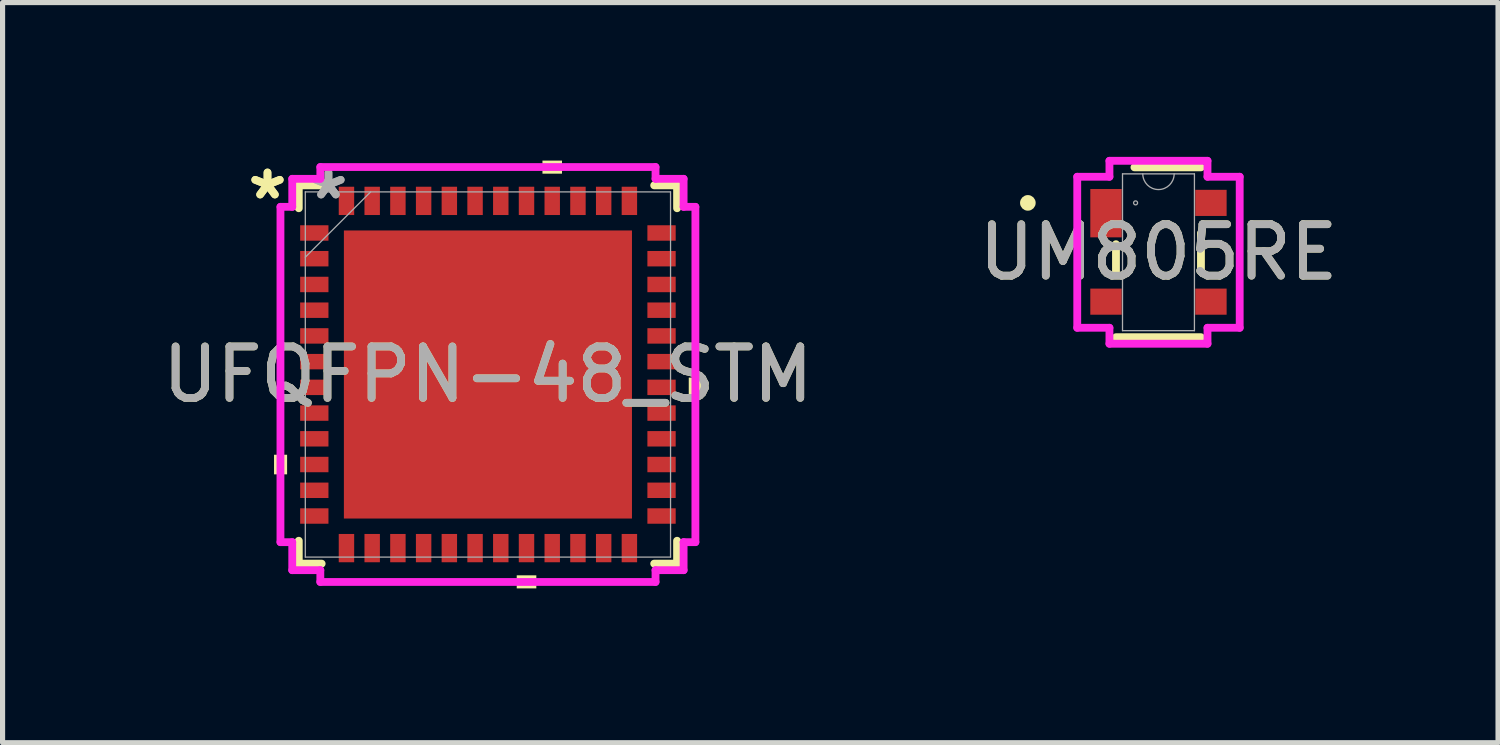
<source format=kicad_pcb>
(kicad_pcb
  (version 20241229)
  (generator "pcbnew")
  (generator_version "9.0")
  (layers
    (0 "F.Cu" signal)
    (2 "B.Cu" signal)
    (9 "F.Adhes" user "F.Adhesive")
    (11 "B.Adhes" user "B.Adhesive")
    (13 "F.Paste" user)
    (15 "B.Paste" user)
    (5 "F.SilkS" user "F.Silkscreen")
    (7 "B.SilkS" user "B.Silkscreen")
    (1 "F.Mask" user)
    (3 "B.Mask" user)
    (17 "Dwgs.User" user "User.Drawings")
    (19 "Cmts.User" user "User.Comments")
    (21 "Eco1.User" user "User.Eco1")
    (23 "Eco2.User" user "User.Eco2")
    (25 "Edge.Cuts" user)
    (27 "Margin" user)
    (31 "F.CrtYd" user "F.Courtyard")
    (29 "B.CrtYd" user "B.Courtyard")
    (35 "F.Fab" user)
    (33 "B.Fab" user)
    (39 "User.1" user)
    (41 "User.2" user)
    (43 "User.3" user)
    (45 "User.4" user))
  (footprint "UFQFPN-48_STM"
    (layer "F.Cu")
    (at 6.435 4.23)
    (property "Reference" "UFQFPN-48_STM" (at 0 0 0) (unlocked yes) (layer "F.SilkS") (effects (font (size 1 1) (thickness 0.15))))
    (attr smd)
    (fp_line (start -3.677 -3.677) (end -3.677 -3.232) (stroke (width 0.152) (type solid)) (layer "F.SilkS"))
    (fp_line (start -3.677 3.232) (end -3.677 3.677) (stroke (width 0.152) (type solid)) (layer "F.SilkS"))
    (fp_line (start -3.677 3.677) (end -3.232 3.677) (stroke (width 0.152) (type solid)) (layer "F.SilkS"))
    (fp_line (start -3.232 -3.677) (end -3.677 -3.677) (stroke (width 0.152) (type solid)) (layer "F.SilkS"))
    (fp_line (start 3.232 3.677) (end 3.677 3.677) (stroke (width 0.152) (type solid)) (layer "F.SilkS"))
    (fp_line (start 3.677 -3.677) (end 3.232 -3.677) (stroke (width 0.152) (type solid)) (layer "F.SilkS"))
    (fp_line (start 3.677 -3.232) (end 3.677 -3.677) (stroke (width 0.152) (type solid)) (layer "F.SilkS"))
    (fp_line (start 3.677 3.677) (end 3.677 3.232) (stroke (width 0.152) (type solid)) (layer "F.SilkS"))
    (fp_poly (pts (xy -4.158 1.56) (xy -4.158 1.941) (xy -3.904 1.941) (xy -3.904 1.56)) (stroke (width 0) (type solid)) (fill yes) (layer "F.SilkS"))
    (fp_poly (pts (xy 0.56 3.904) (xy 0.56 4.158) (xy 0.941 4.158) (xy 0.941 3.904)) (stroke (width 0) (type solid)) (fill yes) (layer "F.SilkS"))
    (fp_poly (pts (xy 1.06 -3.904) (xy 1.06 -4.158) (xy 1.44 -4.158) (xy 1.44 -3.904)) (stroke (width 0) (type solid)) (fill yes) (layer "F.SilkS"))
    (fp_poly (pts (xy 4.158 0.06) (xy 4.158 0.441) (xy 3.904 0.441) (xy 3.904 0.06)) (stroke (width 0) (type solid)) (fill yes) (layer "F.SilkS"))
    (fp_poly (pts (xy -2.7 -2.7) (xy -2.7 -1.5) (xy -1.5 -1.5) (xy -1.5 -2.7)) (stroke (width 0) (type solid)) (fill yes) (layer "F.Paste"))
    (fp_poly (pts (xy -2.7 -1.3) (xy -2.7 -0.1) (xy -1.5 -0.1) (xy -1.5 -1.3)) (stroke (width 0) (type solid)) (fill yes) (layer "F.Paste"))
    (fp_poly (pts (xy -2.7 0.1) (xy -2.7 1.3) (xy -1.5 1.3) (xy -1.5 0.1)) (stroke (width 0) (type solid)) (fill yes) (layer "F.Paste"))
    (fp_poly (pts (xy -2.7 1.5) (xy -2.7 2.7) (xy -1.5 2.7) (xy -1.5 1.5)) (stroke (width 0) (type solid)) (fill yes) (layer "F.Paste"))
    (fp_poly (pts (xy -1.3 -2.7) (xy -1.3 -1.5) (xy -0.1 -1.5) (xy -0.1 -2.7)) (stroke (width 0) (type solid)) (fill yes) (layer "F.Paste"))
    (fp_poly (pts (xy -1.3 -1.3) (xy -1.3 -0.1) (xy -0.1 -0.1) (xy -0.1 -1.3)) (stroke (width 0) (type solid)) (fill yes) (layer "F.Paste"))
    (fp_poly (pts (xy -1.3 0.1) (xy -1.3 1.3) (xy -0.1 1.3) (xy -0.1 0.1)) (stroke (width 0) (type solid)) (fill yes) (layer "F.Paste"))
    (fp_poly (pts (xy -1.3 1.5) (xy -1.3 2.7) (xy -0.1 2.7) (xy -0.1 1.5)) (stroke (width 0) (type solid)) (fill yes) (layer "F.Paste"))
    (fp_poly (pts (xy 0.1 -2.7) (xy 0.1 -1.5) (xy 1.3 -1.5) (xy 1.3 -2.7)) (stroke (width 0) (type solid)) (fill yes) (layer "F.Paste"))
    (fp_poly (pts (xy 0.1 -1.3) (xy 0.1 -0.1) (xy 1.3 -0.1) (xy 1.3 -1.3)) (stroke (width 0) (type solid)) (fill yes) (layer "F.Paste"))
    (fp_poly (pts (xy 0.1 0.1) (xy 0.1 1.3) (xy 1.3 1.3) (xy 1.3 0.1)) (stroke (width 0) (type solid)) (fill yes) (layer "F.Paste"))
    (fp_poly (pts (xy 0.1 1.5) (xy 0.1 2.7) (xy 1.3 2.7) (xy 1.3 1.5)) (stroke (width 0) (type solid)) (fill yes) (layer "F.Paste"))
    (fp_poly (pts (xy 1.5 -2.7) (xy 1.5 -1.5) (xy 2.7 -1.5) (xy 2.7 -2.7)) (stroke (width 0) (type solid)) (fill yes) (layer "F.Paste"))
    (fp_poly (pts (xy 1.5 -1.3) (xy 1.5 -0.1) (xy 2.7 -0.1) (xy 2.7 -1.3)) (stroke (width 0) (type solid)) (fill yes) (layer "F.Paste"))
    (fp_poly (pts (xy 1.5 0.1) (xy 1.5 1.3) (xy 2.7 1.3) (xy 2.7 0.1)) (stroke (width 0) (type solid)) (fill yes) (layer "F.Paste"))
    (fp_poly (pts (xy 1.5 1.5) (xy 1.5 2.7) (xy 2.7 2.7) (xy 2.7 1.5)) (stroke (width 0) (type solid)) (fill yes) (layer "F.Paste"))
    (fp_line (start -4.033 -3.259) (end -3.804 -3.259) (stroke (width 0.152) (type solid)) (layer "F.CrtYd"))
    (fp_line (start -4.033 3.259) (end -4.033 -3.259) (stroke (width 0.152) (type solid)) (layer "F.CrtYd"))
    (fp_line (start -3.804 -3.804) (end -3.258 -3.804) (stroke (width 0.152) (type solid)) (layer "F.CrtYd"))
    (fp_line (start -3.804 -3.259) (end -3.804 -3.804) (stroke (width 0.152) (type solid)) (layer "F.CrtYd"))
    (fp_line (start -3.804 3.259) (end -4.033 3.259) (stroke (width 0.152) (type solid)) (layer "F.CrtYd"))
    (fp_line (start -3.804 3.804) (end -3.804 3.259) (stroke (width 0.152) (type solid)) (layer "F.CrtYd"))
    (fp_line (start -3.258 -4.033) (end 3.258 -4.033) (stroke (width 0.152) (type solid)) (layer "F.CrtYd"))
    (fp_line (start -3.258 -3.804) (end -3.258 -4.033) (stroke (width 0.152) (type solid)) (layer "F.CrtYd"))
    (fp_line (start -3.258 3.804) (end -3.804 3.804) (stroke (width 0.152) (type solid)) (layer "F.CrtYd"))
    (fp_line (start -3.258 4.033) (end -3.258 3.804) (stroke (width 0.152) (type solid)) (layer "F.CrtYd"))
    (fp_line (start 3.258 -4.033) (end 3.258 -3.804) (stroke (width 0.152) (type solid)) (layer "F.CrtYd"))
    (fp_line (start 3.258 -3.804) (end 3.804 -3.804) (stroke (width 0.152) (type solid)) (layer "F.CrtYd"))
    (fp_line (start 3.258 3.804) (end 3.258 4.033) (stroke (width 0.152) (type solid)) (layer "F.CrtYd"))
    (fp_line (start 3.258 4.033) (end -3.258 4.033) (stroke (width 0.152) (type solid)) (layer "F.CrtYd"))
    (fp_line (start 3.804 -3.804) (end 3.804 -3.259) (stroke (width 0.152) (type solid)) (layer "F.CrtYd"))
    (fp_line (start 3.804 -3.259) (end 4.033 -3.259) (stroke (width 0.152) (type solid)) (layer "F.CrtYd"))
    (fp_line (start 3.804 3.259) (end 3.804 3.804) (stroke (width 0.152) (type solid)) (layer "F.CrtYd"))
    (fp_line (start 3.804 3.804) (end 3.258 3.804) (stroke (width 0.152) (type solid)) (layer "F.CrtYd"))
    (fp_line (start 4.033 -3.259) (end 4.033 3.259) (stroke (width 0.152) (type solid)) (layer "F.CrtYd"))
    (fp_line (start 4.033 3.259) (end 3.804 3.259) (stroke (width 0.152) (type solid)) (layer "F.CrtYd"))
    (fp_line (start -3.55 -3.55) (end -3.55 3.55) (stroke (width 0.025) (type solid)) (layer "F.Fab"))
    (fp_line (start -3.55 -2.28) (end -2.28 -3.55) (stroke (width 0.025) (type solid)) (layer "F.Fab"))
    (fp_line (start -3.55 3.55) (end 3.55 3.55) (stroke (width 0.025) (type solid)) (layer "F.Fab"))
    (fp_line (start 3.55 -3.55) (end -3.55 -3.55) (stroke (width 0.025) (type solid)) (layer "F.Fab"))
    (fp_line (start 3.55 3.55) (end 3.55 -3.55) (stroke (width 0.025) (type solid)) (layer "F.Fab"))
    (fp_text user "*" (at -4.285 -3.382 0) (layer "F.SilkS") (effects (font (size 1 1) (thickness 0.15))))
    (fp_text user "*" (at -4.285 -3.382 0) (unlocked yes) (layer "F.SilkS") (effects (font (size 1 1) (thickness 0.15))))
    (fp_text user "*" (at -3.1 -3.382 0) (layer "F.Fab") (effects (font (size 1 1) (thickness 0.15))))
    (fp_text user "${REFERENCE}" (at 0 0 0) (unlocked yes) (layer "F.Fab") (effects (font (size 1 1) (thickness 0.15))))
    (fp_text user "*" (at -3.1 -3.382 0) (unlocked yes) (layer "F.Fab") (effects (font (size 1 1) (thickness 0.15))))
    (pad "1" smd rect (at -3.375 -2.751 90) (size 0.3 0.55) (layers "F.Cu" "F.Mask"))
    (pad "2" smd rect (at -3.375 -2.251 90) (size 0.3 0.55) (layers "F.Cu" "F.Mask"))
    (pad "3" smd rect (at -3.375 -1.75 90) (size 0.3 0.55) (layers "F.Cu" "F.Mask"))
    (pad "4" smd rect (at -3.375 -1.25 90) (size 0.3 0.55) (layers "F.Cu" "F.Mask"))
    (pad "5" smd rect (at -3.375 -0.75 90) (size 0.3 0.55) (layers "F.Cu" "F.Mask"))
    (pad "6" smd rect (at -3.375 -0.25 90) (size 0.3 0.55) (layers "F.Cu" "F.Mask"))
    (pad "7" smd rect (at -3.375 0.25 90) (size 0.3 0.55) (layers "F.Cu" "F.Mask"))
    (pad "8" smd rect (at -3.375 0.75 90) (size 0.3 0.55) (layers "F.Cu" "F.Mask"))
    (pad "9" smd rect (at -3.375 1.25 90) (size 0.3 0.55) (layers "F.Cu" "F.Mask"))
    (pad "10" smd rect (at -3.375 1.75 90) (size 0.3 0.55) (layers "F.Cu" "F.Mask"))
    (pad "11" smd rect (at -3.375 2.251 90) (size 0.3 0.55) (layers "F.Cu" "F.Mask"))
    (pad "12" smd rect (at -3.375 2.751 90) (size 0.3 0.55) (layers "F.Cu" "F.Mask"))
    (pad "13" smd rect (at -2.75 3.375) (size 0.3 0.55) (layers "F.Cu" "F.Mask"))
    (pad "14" smd rect (at -2.25 3.375) (size 0.3 0.55) (layers "F.Cu" "F.Mask"))
    (pad "15" smd rect (at -1.75 3.375) (size 0.3 0.55) (layers "F.Cu" "F.Mask"))
    (pad "16" smd rect (at -1.25 3.375) (size 0.3 0.55) (layers "F.Cu" "F.Mask"))
    (pad "17" smd rect (at -0.75 3.375) (size 0.3 0.55) (layers "F.Cu" "F.Mask"))
    (pad "18" smd rect (at -0.25 3.375) (size 0.3 0.55) (layers "F.Cu" "F.Mask"))
    (pad "19" smd rect (at 0.25 3.375) (size 0.3 0.55) (layers "F.Cu" "F.Mask"))
    (pad "20" smd rect (at 0.75 3.375) (size 0.3 0.55) (layers "F.Cu" "F.Mask"))
    (pad "21" smd rect (at 1.25 3.375) (size 0.3 0.55) (layers "F.Cu" "F.Mask"))
    (pad "22" smd rect (at 1.75 3.375) (size 0.3 0.55) (layers "F.Cu" "F.Mask"))
    (pad "23" smd rect (at 2.25 3.375) (size 0.3 0.55) (layers "F.Cu" "F.Mask"))
    (pad "24" smd rect (at 2.75 3.375) (size 0.3 0.55) (layers "F.Cu" "F.Mask"))
    (pad "25" smd rect (at 3.375 2.751 90) (size 0.3 0.55) (layers "F.Cu" "F.Mask"))
    (pad "26" smd rect (at 3.375 2.251 90) (size 0.3 0.55) (layers "F.Cu" "F.Mask"))
    (pad "27" smd rect (at 3.375 1.75 90) (size 0.3 0.55) (layers "F.Cu" "F.Mask"))
    (pad "28" smd rect (at 3.375 1.25 90) (size 0.3 0.55) (layers "F.Cu" "F.Mask"))
    (pad "29" smd rect (at 3.375 0.75 90) (size 0.3 0.55) (layers "F.Cu" "F.Mask"))
    (pad "30" smd rect (at 3.375 0.25 90) (size 0.3 0.55) (layers "F.Cu" "F.Mask"))
    (pad "31" smd rect (at 3.375 -0.25 90) (size 0.3 0.55) (layers "F.Cu" "F.Mask"))
    (pad "32" smd rect (at 3.375 -0.75 90) (size 0.3 0.55) (layers "F.Cu" "F.Mask"))
    (pad "33" smd rect (at 3.375 -1.25 90) (size 0.3 0.55) (layers "F.Cu" "F.Mask"))
    (pad "34" smd rect (at 3.375 -1.75 90) (size 0.3 0.55) (layers "F.Cu" "F.Mask"))
    (pad "35" smd rect (at 3.375 -2.251 90) (size 0.3 0.55) (layers "F.Cu" "F.Mask"))
    (pad "36" smd rect (at 3.375 -2.751 90) (size 0.3 0.55) (layers "F.Cu" "F.Mask"))
    (pad "37" smd rect (at 2.75 -3.375) (size 0.3 0.55) (layers "F.Cu" "F.Mask"))
    (pad "38" smd rect (at 2.25 -3.375) (size 0.3 0.55) (layers "F.Cu" "F.Mask"))
    (pad "39" smd rect (at 1.75 -3.375) (size 0.3 0.55) (layers "F.Cu" "F.Mask"))
    (pad "40" smd rect (at 1.25 -3.375) (size 0.3 0.55) (layers "F.Cu" "F.Mask"))
    (pad "41" smd rect (at 0.75 -3.375) (size 0.3 0.55) (layers "F.Cu" "F.Mask"))
    (pad "42" smd rect (at 0.25 -3.375) (size 0.3 0.55) (layers "F.Cu" "F.Mask"))
    (pad "43" smd rect (at -0.25 -3.375) (size 0.3 0.55) (layers "F.Cu" "F.Mask"))
    (pad "44" smd rect (at -0.75 -3.375) (size 0.3 0.55) (layers "F.Cu" "F.Mask"))
    (pad "45" smd rect (at -1.25 -3.375) (size 0.3 0.55) (layers "F.Cu" "F.Mask"))
    (pad "46" smd rect (at -1.75 -3.375) (size 0.3 0.55) (layers "F.Cu" "F.Mask"))
    (pad "47" smd rect (at -2.25 -3.375) (size 0.3 0.55) (layers "F.Cu" "F.Mask"))
    (pad "48" smd rect (at -2.75 -3.375) (size 0.3 0.55) (layers "F.Cu" "F.Mask"))
    (pad "49" smd rect (at 0 0) (size 5.6 5.6) (layers "F.Cu" "F.Mask")))
  (footprint "UM805RE"
    (layer "F.Cu")
    (at 19.47 1.854)
    (property "Reference" "UM805RE" (at 0 0 0) (unlocked yes) (layer "F.SilkS") (effects (font (size 1 1) (thickness 0.15))))
    (attr smd)
    (fp_line (start -0.826 -0.157) (end -0.826 0.373) (stroke (width 0.152) (type solid)) (layer "F.SilkS"))
    (fp_line (start -0.826 1.651) (end 0.826 1.651) (stroke (width 0.152) (type solid)) (layer "F.SilkS"))
    (fp_line (start 0.826 -1.651) (end -0.467 -1.651) (stroke (width 0.152) (type solid)) (layer "F.SilkS"))
    (fp_line (start 0.826 0.373) (end 0.826 -0.373) (stroke (width 0.152) (type solid)) (layer "F.SilkS"))
    (fp_circle (center -2.539 -0.96) (end -2.463 -0.96) (stroke (width 0.152) (type solid)) (fill no) (layer "F.SilkS"))
    (fp_line (start -1.579 -1.468) (end -0.953 -1.468) (stroke (width 0.152) (type solid)) (layer "F.CrtYd"))
    (fp_line (start -1.579 1.468) (end -1.579 -1.468) (stroke (width 0.152) (type solid)) (layer "F.CrtYd"))
    (fp_line (start -1.579 1.468) (end -0.953 1.468) (stroke (width 0.152) (type solid)) (layer "F.CrtYd"))
    (fp_line (start -0.953 -1.778) (end 0.953 -1.778) (stroke (width 0.152) (type solid)) (layer "F.CrtYd"))
    (fp_line (start -0.953 -1.468) (end -0.953 -1.778) (stroke (width 0.152) (type solid)) (layer "F.CrtYd"))
    (fp_line (start -0.953 1.778) (end -0.953 1.468) (stroke (width 0.152) (type solid)) (layer "F.CrtYd"))
    (fp_line (start 0.953 -1.778) (end 0.953 -1.468) (stroke (width 0.152) (type solid)) (layer "F.CrtYd"))
    (fp_line (start 0.953 1.468) (end 0.953 1.778) (stroke (width 0.152) (type solid)) (layer "F.CrtYd"))
    (fp_line (start 0.953 1.778) (end -0.953 1.778) (stroke (width 0.152) (type solid)) (layer "F.CrtYd"))
    (fp_line (start 1.579 -1.468) (end 0.953 -1.468) (stroke (width 0.152) (type solid)) (layer "F.CrtYd"))
    (fp_line (start 1.579 -1.468) (end 1.579 1.468) (stroke (width 0.152) (type solid)) (layer "F.CrtYd"))
    (fp_line (start 1.579 1.468) (end 0.953 1.468) (stroke (width 0.152) (type solid)) (layer "F.CrtYd"))
    (fp_line (start -0.699 -1.524) (end -0.699 1.524) (stroke (width 0.025) (type solid)) (layer "F.Fab"))
    (fp_line (start -0.699 1.524) (end 0.699 1.524) (stroke (width 0.025) (type solid)) (layer "F.Fab"))
    (fp_line (start 0.699 -1.524) (end -0.699 -1.524) (stroke (width 0.025) (type solid)) (layer "F.Fab"))
    (fp_line (start 0.699 1.524) (end 0.699 -1.524) (stroke (width 0.025) (type solid)) (layer "F.Fab"))
    (fp_arc (start 0.3048 -1.524) (mid 0 -1.2192) (end -0.3048 -1.524) (stroke (width 0.0254) (type solid)) (layer "F.Fab"))
    (fp_circle (center -0.445 -0.96) (end -0.406 -0.96) (stroke (width 0.025) (type solid)) (fill no) (layer "F.Fab"))
    (fp_text user "${REFERENCE}" (at 0 0 0) (unlocked yes) (layer "F.Fab") (effects (font (size 1 1) (thickness 0.15))))
    (pad "1" smd rect (at -1.02 -0.76) (size 0.61 0.94) (layers "F.Cu" "F.Mask" "F.Paste"))
    (pad "2" smd rect (at -1.02 0.96) (size 0.61 0.508) (layers "F.Cu" "F.Mask" "F.Paste"))
    (pad "3" smd rect (at 1.02 0.96) (size 0.61 0.508) (layers "F.Cu" "F.Mask" "F.Paste"))
    (pad "4" smd rect (at 1.02 -0.96) (size 0.61 0.508) (layers "F.Cu" "F.Mask" "F.Paste")))
  (gr_rect
    (start -3 -3)
    (end 26.071 11.388)
    (stroke (width 0.1) (type default))
    (fill no)
    (layer "Edge.Cuts")))
</source>
